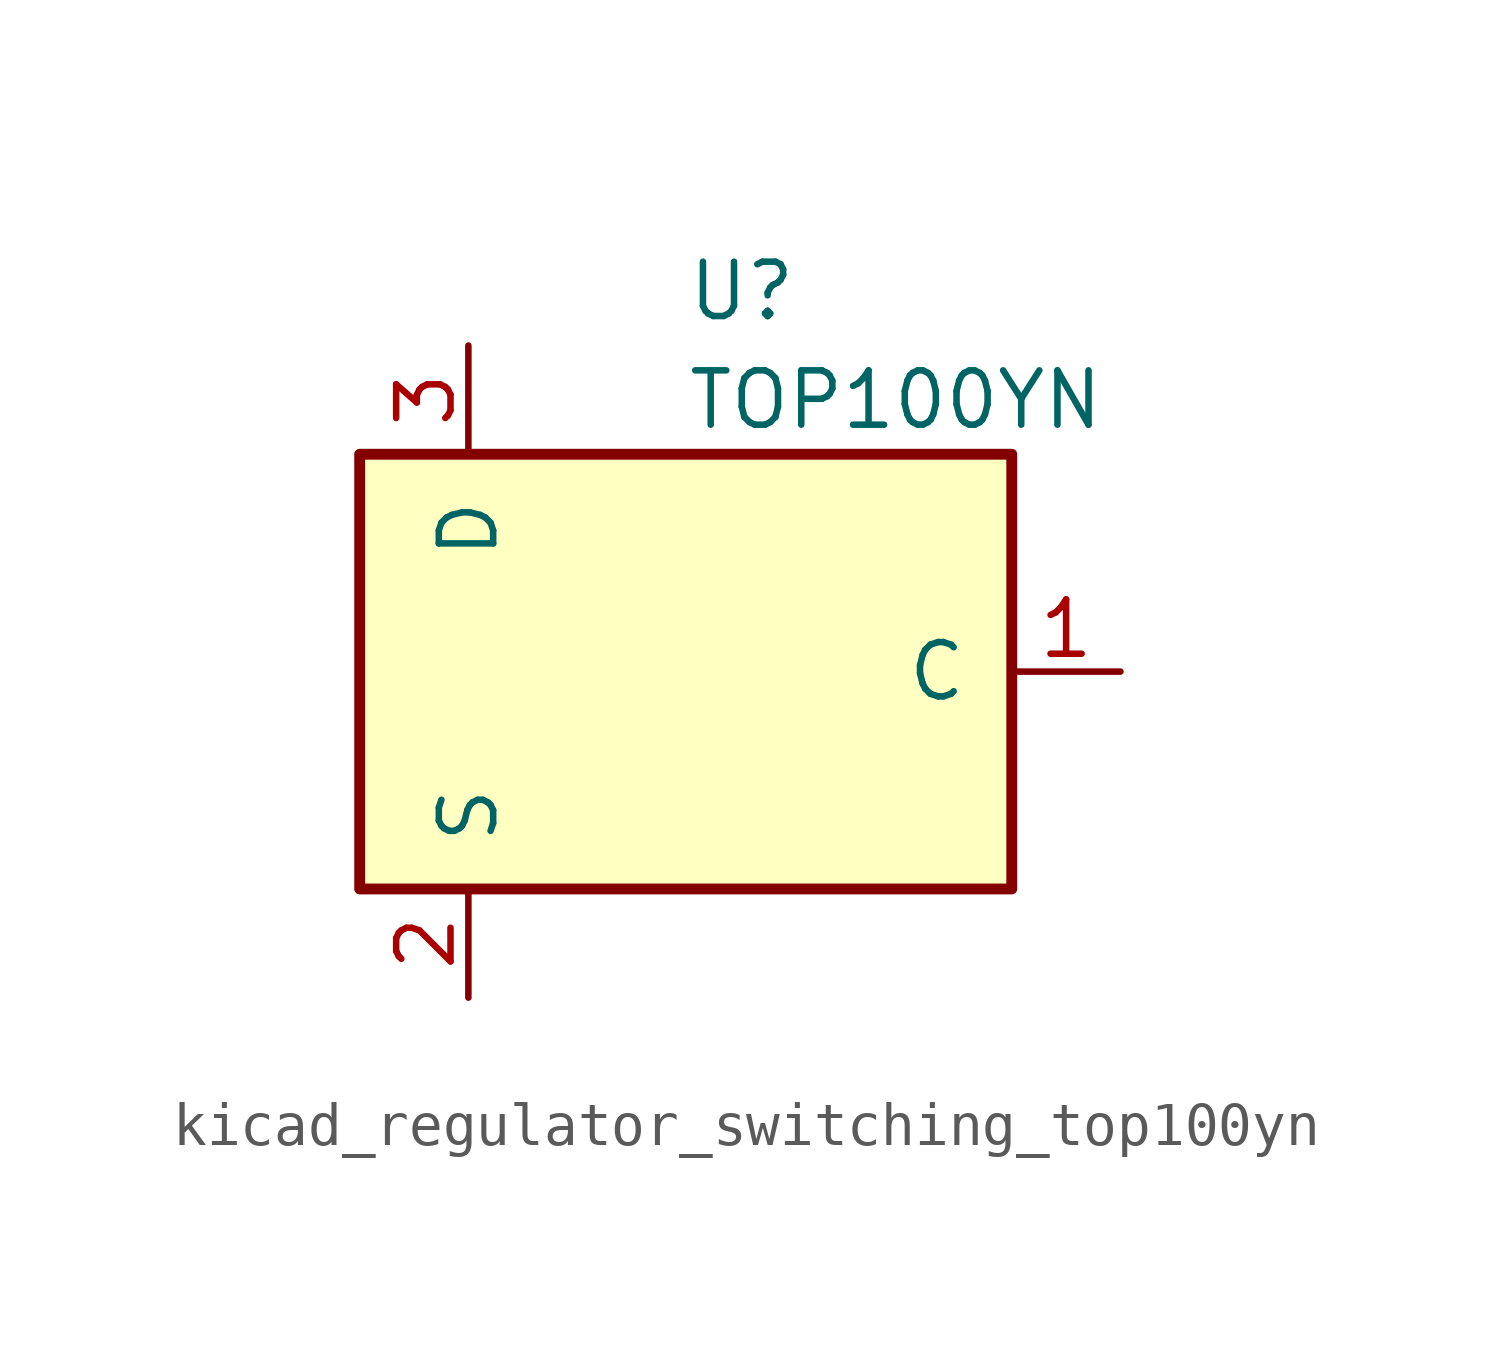
<source format=kicad_sym>
(kicad_symbol_lib
  (version 20220914)
  (generator kicad_symbol_editor)
  (symbol "kicad_regulator_switching_top100yn"
    (pin_names
      (offset 1.016))
    (property "Reference" "U"
      (at 0 8.89 0)
      (effects (font (size 1.27 1.27)) (justify left)))
    (property "Value" "TOP100YN"
      (at 0 6.35 0)
      (effects (font (size 1.27 1.27)) (justify left)))
    (symbol "kicad_regulator_switching_top100yn_0_1"
      (rectangle (start -7.62 5.08) (end 7.62 -5.08) (stroke (width 0.254) (type default)) (fill (type background))))
    (symbol "kicad_regulator_switching_top100yn_1_1"
      (pin input line (at 10.16 0 180) (length 2.54) (name "C" (effects (font (size 1.27 1.27)))) (number "1" (effects (font (size 1.27 1.27)))))
      (pin power_in line (at -5.08 -7.62 90) (length 2.54) (name "S" (effects (font (size 1.27 1.27)))) (number "2" (effects (font (size 1.27 1.27)))))
      (pin open_collector line (at -5.08 7.62 270) (length 2.54) (name "D" (effects (font (size 1.27 1.27)))) (number "3" (effects (font (size 1.27 1.27))))))))
</source>
